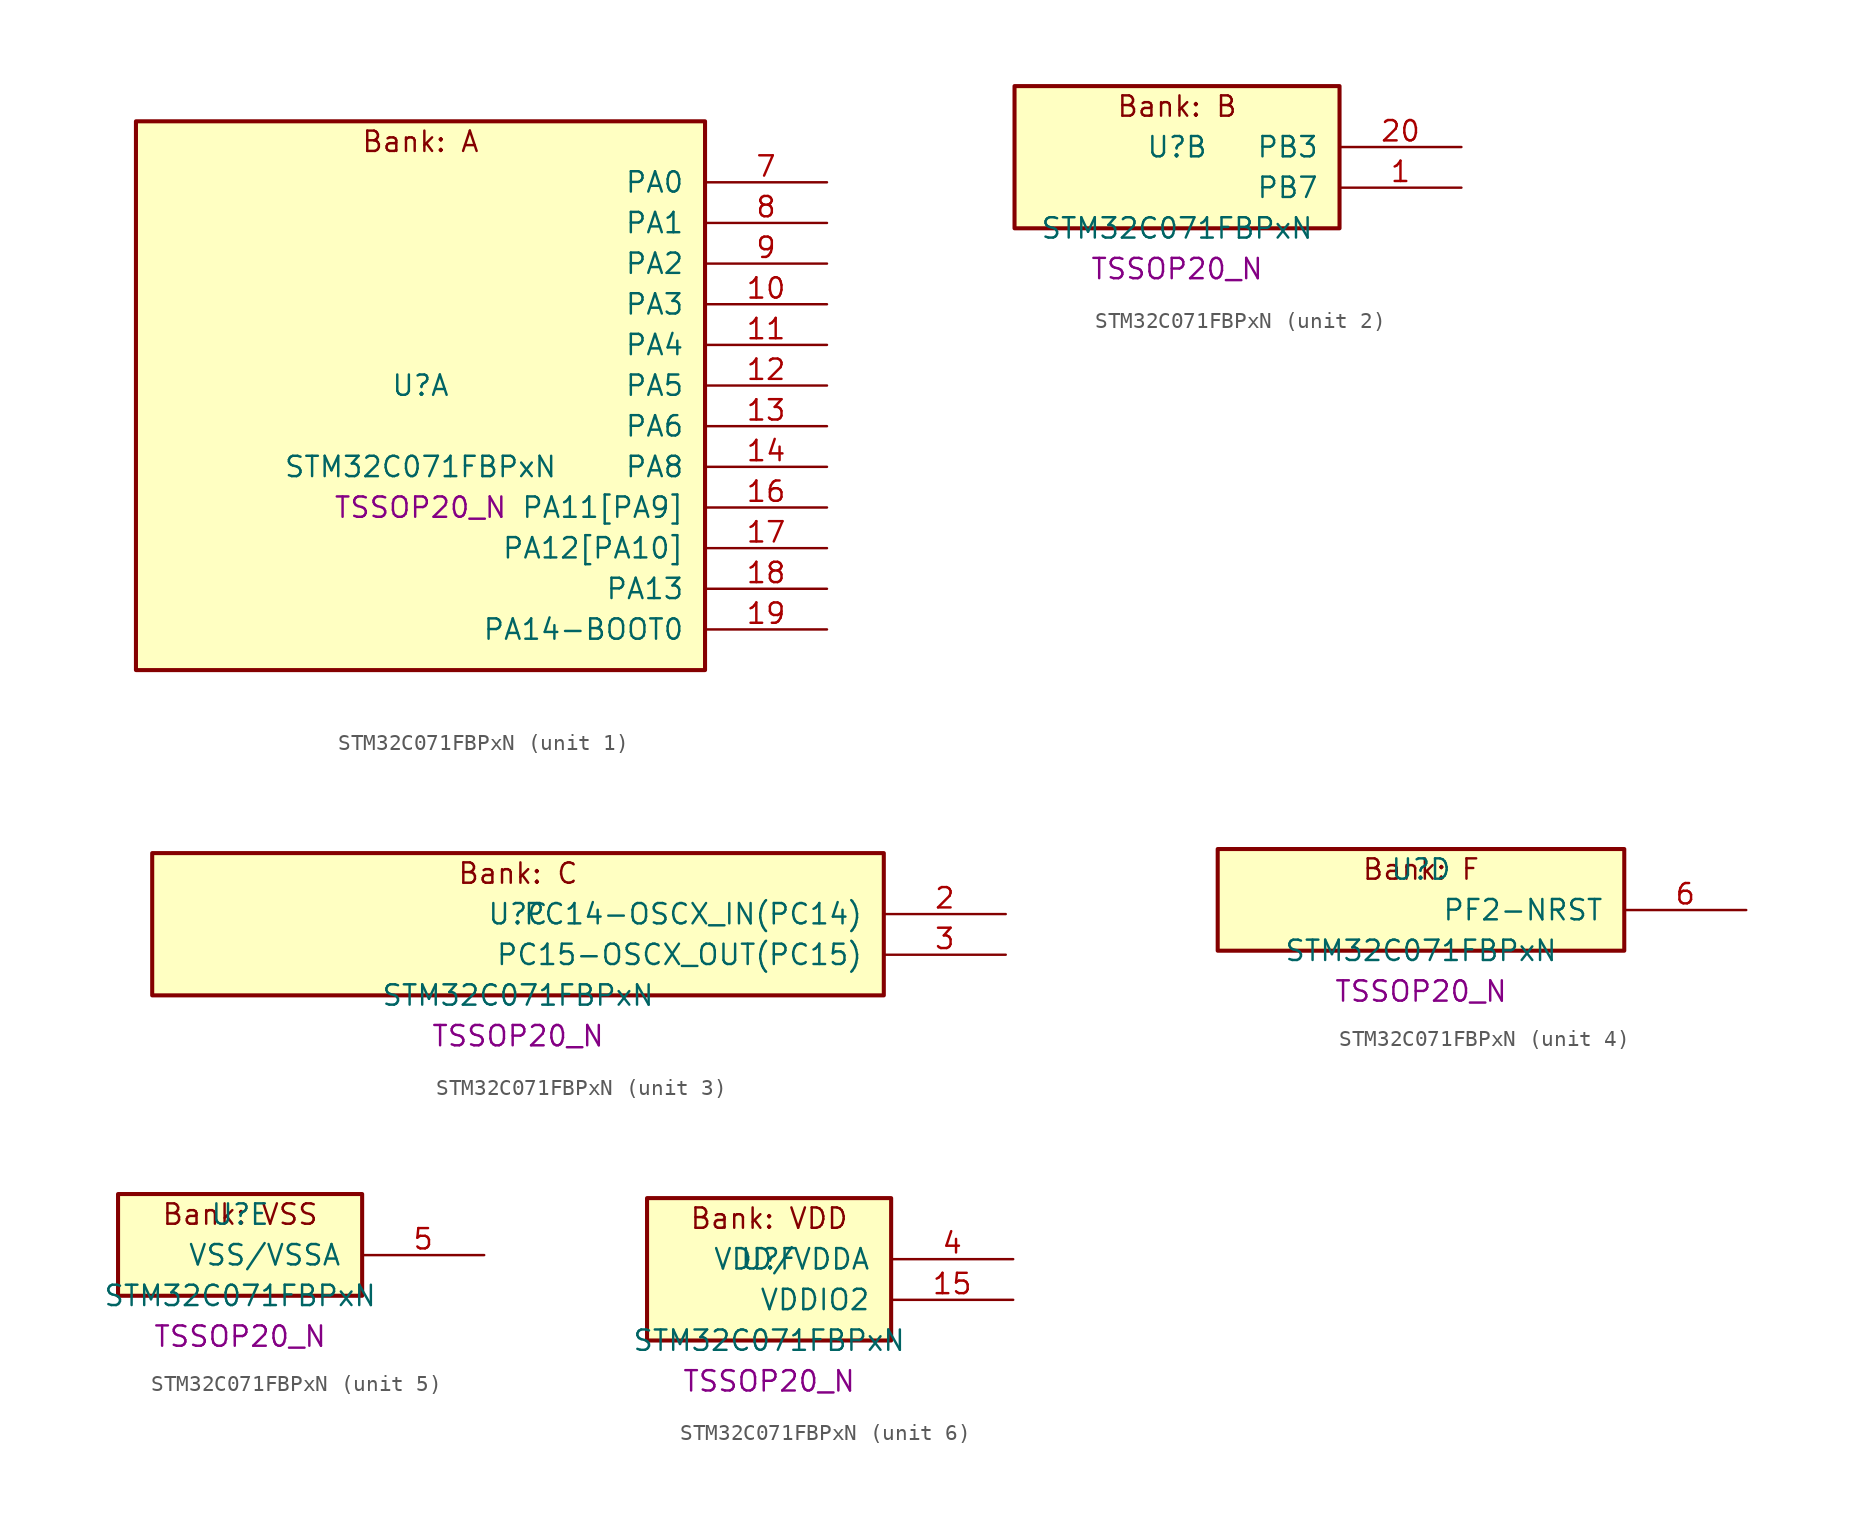
<source format=kicad_sym>
(kicad_symbol_lib
  (version 20241209)
  (generator "stm32_pkl_generator")
  (generator_version "1.0")
  (symbol "STM32C071FBPxN"
    (pin_names
      (offset 1.27))
    (property "Reference" "U"
      (at 0 2.54 0))
    (property "Value" "STM32C071FBPxN"
      (at 0 -2.54 0))
    (property "Footprint" "TSSOP20_N"
      (at 0 -5.08 0))
    (symbol "STM32C071FBPxN_1_1"
      (rectangle (start -17.78 19.05) (end 17.78 -15.24) (stroke (width 0.254) (type solid)) (fill (type background)))
      (text "Bank: A" (at 0 17.78 0))
      (pin bidirectional line (at 25.4 15.24 180) (length 7.62) (name "PA0") (number "7") (alternate "PA0/ADC1_IN0" bidirectional line) (alternate "PA0/PWR_WKUP1" bidirectional line) (alternate "PA0/SPI2_SCK" bidirectional line) (alternate "PA0/TIM16_CH1" bidirectional line) (alternate "PA0/TIM1_CH1" bidirectional line) (alternate "PA0/TIM2_CH1" bidirectional line) (alternate "PA0/TIM2_ETR" bidirectional line) (alternate "PA0/USART1_TX" bidirectional line) (alternate "PA0/USART2_CTS" bidirectional line) (alternate "PA0/USART2_NSS" bidirectional line))
      (pin bidirectional line (at 25.4 12.7 180) (length 7.62) (name "PA1") (number "8") (alternate "PA1/ADC1_IN1" bidirectional line) (alternate "PA1/I2C1_SMBA" bidirectional line) (alternate "PA1/I2S1_CK" bidirectional line) (alternate "PA1/SPI1_SCK" bidirectional line) (alternate "PA1/TIM17_CH1" bidirectional line) (alternate "PA1/TIM1_CH2" bidirectional line) (alternate "PA1/TIM2_CH2" bidirectional line) (alternate "PA1/USART1_RX" bidirectional line) (alternate "PA1/USART2_CK" bidirectional line) (alternate "PA1/USART2_DE" bidirectional line) (alternate "PA1/USART2_RTS" bidirectional line))
      (pin bidirectional line (at 25.4 10.16 180) (length 7.62) (name "PA2") (number "9") (alternate "PA2/ADC1_IN2" bidirectional line) (alternate "PA2/I2S1_SD" bidirectional line) (alternate "PA2/PWR_WKUP4" bidirectional line) (alternate "PA2/RCC_LSCO" bidirectional line) (alternate "PA2/SPI1_MOSI" bidirectional line) (alternate "PA2/TIM16_CH1N" bidirectional line) (alternate "PA2/TIM1_CH3" bidirectional line) (alternate "PA2/TIM2_CH3" bidirectional line) (alternate "PA2/TIM3_ETR" bidirectional line) (alternate "PA2/USART2_TX" bidirectional line))
      (pin bidirectional line (at 25.4 7.62 180) (length 7.62) (name "PA3") (number "10") (alternate "PA3/ADC1_IN3" bidirectional line) (alternate "PA3/SPI2_MISO" bidirectional line) (alternate "PA3/TIM1_CH1N" bidirectional line) (alternate "PA3/TIM1_CH4" bidirectional line) (alternate "PA3/TIM2_CH4" bidirectional line) (alternate "PA3/USART2_RX" bidirectional line))
      (pin bidirectional line (at 25.4 5.08 180) (length 7.62) (name "PA4") (number "11") (alternate "PA4/ADC1_IN4" bidirectional line) (alternate "PA4/I2S1_WS" bidirectional line) (alternate "PA4/PWR_WKUP2" bidirectional line) (alternate "PA4/RTC_OUT1" bidirectional line) (alternate "PA4/RTC_TS" bidirectional line) (alternate "PA4/SPI1_NSS" bidirectional line) (alternate "PA4/SPI2_MOSI" bidirectional line) (alternate "PA4/TIM14_CH1" bidirectional line) (alternate "PA4/TIM17_CH1N" bidirectional line) (alternate "PA4/TIM1_CH2N" bidirectional line) (alternate "PA4/USART2_TX" bidirectional line) (alternate "PA4/USB_NOE" bidirectional line))
      (pin bidirectional line (at 25.4 2.54 180) (length 7.62) (name "PA5") (number "12") (alternate "PA5/ADC1_IN5" bidirectional line) (alternate "PA5/I2S1_CK" bidirectional line) (alternate "PA5/SPI1_SCK" bidirectional line) (alternate "PA5/TIM1_CH1" bidirectional line) (alternate "PA5/TIM1_CH3N" bidirectional line) (alternate "PA5/TIM2_CH1" bidirectional line) (alternate "PA5/TIM2_ETR" bidirectional line) (alternate "PA5/USART2_RX" bidirectional line))
      (pin bidirectional line (at 25.4 0 180) (length 7.62) (name "PA6") (number "13") (alternate "PA6/ADC1_IN6" bidirectional line) (alternate "PA6/I2C2_SDA" bidirectional line) (alternate "PA6/I2S1_MCK" bidirectional line) (alternate "PA6/SPI1_MISO" bidirectional line) (alternate "PA6/TIM16_CH1" bidirectional line) (alternate "PA6/TIM1_BKIN" bidirectional line) (alternate "PA6/TIM3_CH1" bidirectional line))
      (pin bidirectional line (at 25.4 -2.54 180) (length 7.62) (name "PA8") (number "14") (alternate "PA8/ADC1_IN8" bidirectional line) (alternate "PA8/CRS_SYNC" bidirectional line) (alternate "PA8/I2S1_WS" bidirectional line) (alternate "PA8/RCC_MCO" bidirectional line) (alternate "PA8/RCC_MCO_2" bidirectional line) (alternate "PA8/SPI1_NSS" bidirectional line) (alternate "PA8/SPI2_MISO" bidirectional line) (alternate "PA8/SPI2_NSS" bidirectional line) (alternate "PA8/TIM14_CH1" bidirectional line) (alternate "PA8/TIM1_CH1" bidirectional line) (alternate "PA8/TIM1_CH2N" bidirectional line) (alternate "PA8/TIM1_CH3N" bidirectional line) (alternate "PA8/TIM3_CH3" bidirectional line) (alternate "PA8/TIM3_CH4" bidirectional line) (alternate "PA8/USART1_RX" bidirectional line) (alternate "PA8/USART2_TX" bidirectional line))
      (pin bidirectional line (at 25.4 -5.08 180) (length 7.62) (name "PA11[PA9]") (number "16") (alternate "PA11[PA9]/ADC1_EXTI11" bidirectional line) (alternate "PA11[PA9]/I2C2_SCL" bidirectional line) (alternate "PA11[PA9]/I2S1_MCK" bidirectional line) (alternate "PA11[PA9]/SPI1_MISO" bidirectional line) (alternate "PA11[PA9]/TIM1_BKIN2" bidirectional line) (alternate "PA11[PA9]/TIM1_CH4" bidirectional line) (alternate "PA11[PA9]/USART1_CTS" bidirectional line) (alternate "PA11[PA9]/USART1_NSS" bidirectional line) (alternate "PA11[PA9]/USB_DM" bidirectional line) (alternate "PA11[PA9]/PA9[PA11]" bidirectional line) (alternate "PA11[PA9]/I2C1_SCL" bidirectional line) (alternate "PA11[PA9]/RCC_MCO" bidirectional line) (alternate "PA11[PA9]/SPI2_MISO" bidirectional line) (alternate "PA11[PA9]/TIM1_CH2" bidirectional line) (alternate "PA11[PA9]/TIM3_ETR" bidirectional line) (alternate "PA11[PA9]/USART1_TX" bidirectional line))
      (pin bidirectional line (at 25.4 -7.62 180) (length 7.62) (name "PA12[PA10]") (number "17") (alternate "PA12[PA10]/I2C2_SDA" bidirectional line) (alternate "PA12[PA10]/I2S1_SD" bidirectional line) (alternate "PA12[PA10]/I2S_CKIN" bidirectional line) (alternate "PA12[PA10]/SPI1_MOSI" bidirectional line) (alternate "PA12[PA10]/TIM1_ETR" bidirectional line) (alternate "PA12[PA10]/USART1_CK" bidirectional line) (alternate "PA12[PA10]/USART1_DE" bidirectional line) (alternate "PA12[PA10]/USART1_RTS" bidirectional line) (alternate "PA12[PA10]/USB_DP" bidirectional line) (alternate "PA12[PA10]/PA10[PA12]" bidirectional line) (alternate "PA12[PA10]/I2C1_SDA" bidirectional line) (alternate "PA12[PA10]/RCC_MCO_2" bidirectional line) (alternate "PA12[PA10]/SPI2_MOSI" bidirectional line) (alternate "PA12[PA10]/TIM17_BKIN" bidirectional line) (alternate "PA12[PA10]/TIM1_CH3" bidirectional line) (alternate "PA12[PA10]/USART1_RX" bidirectional line))
      (pin bidirectional line (at 25.4 -10.16 180) (length 7.62) (name "PA13") (number "18") (alternate "PA13/ADC1_IN13" bidirectional line) (alternate "PA13/DEBUG_SWDIO" bidirectional line) (alternate "PA13/IR_OUT" bidirectional line) (alternate "PA13/TIM3_ETR" bidirectional line) (alternate "PA13/USART2_RX" bidirectional line) (alternate "PA13/USB_NOE" bidirectional line))
      (pin bidirectional line (at 25.4 -12.7 180) (length 7.62) (name "PA14-BOOT0") (number "19") (alternate "PA14-BOOT0/ADC1_IN14" bidirectional line) (alternate "PA14-BOOT0/DEBUG_SWCLK" bidirectional line) (alternate "PA14-BOOT0/I2S1_WS" bidirectional line) (alternate "PA14-BOOT0/RCC_MCO_2" bidirectional line) (alternate "PA14-BOOT0/SPI1_NSS" bidirectional line) (alternate "PA14-BOOT0/TIM1_CH1" bidirectional line) (alternate "PA14-BOOT0/USART1_CK" bidirectional line) (alternate "PA14-BOOT0/USART1_DE" bidirectional line) (alternate "PA14-BOOT0/USART1_RTS" bidirectional line) (alternate "PA14-BOOT0/USART2_RX" bidirectional line) (alternate "PA14-BOOT0/USART2_TX" bidirectional line) (alternate "PA14-BOOT0/PA15" bidirectional line) (alternate "PA14-BOOT0/TIM2_CH1" bidirectional line) (alternate "PA14-BOOT0/TIM2_ETR" bidirectional line) (alternate "PA14-BOOT0/USB_NOE" bidirectional line)))
    (symbol "STM32C071FBPxN_2_1"
      (rectangle (start -10.16 6.35) (end 10.16 -2.54) (stroke (width 0.254) (type solid)) (fill (type background)))
      (text "Bank: B" (at 0 5.08 0))
      (pin bidirectional line (at 17.78 2.54 180) (length 7.62) (name "PB3") (number "20") (alternate "PB3/I2C2_SCL" bidirectional line) (alternate "PB3/I2S1_CK" bidirectional line) (alternate "PB3/SPI1_SCK" bidirectional line) (alternate "PB3/TIM1_CH2" bidirectional line) (alternate "PB3/TIM2_CH2" bidirectional line) (alternate "PB3/TIM3_CH2" bidirectional line) (alternate "PB3/USART1_CK" bidirectional line) (alternate "PB3/USART1_DE" bidirectional line) (alternate "PB3/USART1_RTS" bidirectional line) (alternate "PB3/PB4" bidirectional line) (alternate "PB3/I2C2_SDA" bidirectional line) (alternate "PB3/I2S1_MCK" bidirectional line) (alternate "PB3/SPI1_MISO" bidirectional line) (alternate "PB3/TIM17_BKIN" bidirectional line) (alternate "PB3/TIM3_CH1" bidirectional line) (alternate "PB3/USART1_CTS" bidirectional line) (alternate "PB3/USART1_NSS" bidirectional line) (alternate "PB3/PB5" bidirectional line) (alternate "PB3/I2C1_SMBA" bidirectional line) (alternate "PB3/I2S1_SD" bidirectional line) (alternate "PB3/PWR_WKUP6" bidirectional line) (alternate "PB3/SPI1_MOSI" bidirectional line) (alternate "PB3/TIM16_BKIN" bidirectional line) (alternate "PB3/TIM3_CH3" bidirectional line) (alternate "PB3/PB6" bidirectional line) (alternate "PB3/I2C1_SCL" bidirectional line) (alternate "PB3/PWR_WKUP3" bidirectional line) (alternate "PB3/SPI2_MISO" bidirectional line) (alternate "PB3/TIM16_CH1N" bidirectional line) (alternate "PB3/TIM1_CH3" bidirectional line) (alternate "PB3/USART1_TX" bidirectional line))
      (pin bidirectional line (at 17.78 0 180) (length 7.62) (name "PB7") (number "1") (alternate "PB7/I2C1_SCL" bidirectional line) (alternate "PB7/I2C1_SDA" bidirectional line) (alternate "PB7/RTC_REFIN" bidirectional line) (alternate "PB7/SPI2_MOSI" bidirectional line) (alternate "PB7/TIM16_CH1" bidirectional line) (alternate "PB7/TIM17_CH1N" bidirectional line) (alternate "PB7/TIM1_CH4" bidirectional line) (alternate "PB7/TIM3_CH1" bidirectional line) (alternate "PB7/TIM3_CH4" bidirectional line) (alternate "PB7/USART1_RX" bidirectional line) (alternate "PB7/USART2_CTS" bidirectional line) (alternate "PB7/USART2_NSS" bidirectional line) (alternate "PB7/PB8" bidirectional line) (alternate "PB7/SPI2_SCK" bidirectional line)))
    (symbol "STM32C071FBPxN_3_1"
      (rectangle (start -22.86 6.35) (end 22.86 -2.54) (stroke (width 0.254) (type solid)) (fill (type background)))
      (text "Bank: C" (at 0 5.08 0))
      (pin bidirectional line (at 30.48 2.54 180) (length 7.62) (name "PC14-OSCX_IN(PC14)") (number "2") (alternate "PC14-OSCX_IN(PC14)/I2C1_SDA" bidirectional line) (alternate "PC14-OSCX_IN(PC14)/IR_OUT" bidirectional line) (alternate "PC14-OSCX_IN(PC14)/RCC_OSCX_IN" bidirectional line) (alternate "PC14-OSCX_IN(PC14)/SPI2_NSS" bidirectional line) (alternate "PC14-OSCX_IN(PC14)/TIM17_CH1" bidirectional line) (alternate "PC14-OSCX_IN(PC14)/TIM1_BKIN2" bidirectional line) (alternate "PC14-OSCX_IN(PC14)/TIM1_ETR" bidirectional line) (alternate "PC14-OSCX_IN(PC14)/TIM3_CH2" bidirectional line) (alternate "PC14-OSCX_IN(PC14)/USART1_TX" bidirectional line) (alternate "PC14-OSCX_IN(PC14)/USART2_CK" bidirectional line) (alternate "PC14-OSCX_IN(PC14)/USART2_DE" bidirectional line) (alternate "PC14-OSCX_IN(PC14)/USART2_RTS" bidirectional line))
      (pin bidirectional line (at 30.48 0 180) (length 7.62) (name "PC15-OSCX_OUT(PC15)") (number "3") (alternate "PC15-OSCX_OUT(PC15)/RCC_OSC32_EN" bidirectional line) (alternate "PC15-OSCX_OUT(PC15)/RCC_OSCX_OUT" bidirectional line) (alternate "PC15-OSCX_OUT(PC15)/RCC_OSC_EN" bidirectional line) (alternate "PC15-OSCX_OUT(PC15)/TIM1_ETR" bidirectional line) (alternate "PC15-OSCX_OUT(PC15)/TIM3_CH3" bidirectional line)))
    (symbol "STM32C071FBPxN_4_1"
      (rectangle (start -12.7 3.81) (end 12.7 -2.54) (stroke (width 0.254) (type solid)) (fill (type background)))
      (text "Bank: F" (at 0 2.54 0))
      (pin bidirectional line (at 20.32 0 180) (length 7.62) (name "PF2-NRST") (number "6") (alternate "PF2-NRST/RCC_MCO" bidirectional line) (alternate "PF2-NRST/TIM1_CH4" bidirectional line)))
    (symbol "STM32C071FBPxN_5_1"
      (rectangle (start -7.62 3.81) (end 7.62 -2.54) (stroke (width 0.254) (type solid)) (fill (type background)))
      (text "Bank: VSS" (at 0 2.54 0))
      (pin power_in line (at 15.24 0 180) (length 7.62) (name "VSS/VSSA") (number "5")))
    (symbol "STM32C071FBPxN_6_1"
      (rectangle (start -7.62 6.35) (end 7.62 -2.54) (stroke (width 0.254) (type solid)) (fill (type background)))
      (text "Bank: VDD" (at 0 5.08 0))
      (pin power_in line (at 15.24 2.54 180) (length 7.62) (name "VDD/VDDA") (number "4"))
      (pin power_in line (at 15.24 0 180) (length 7.62) (name "VDDIO2") (number "15")))))
</source>
